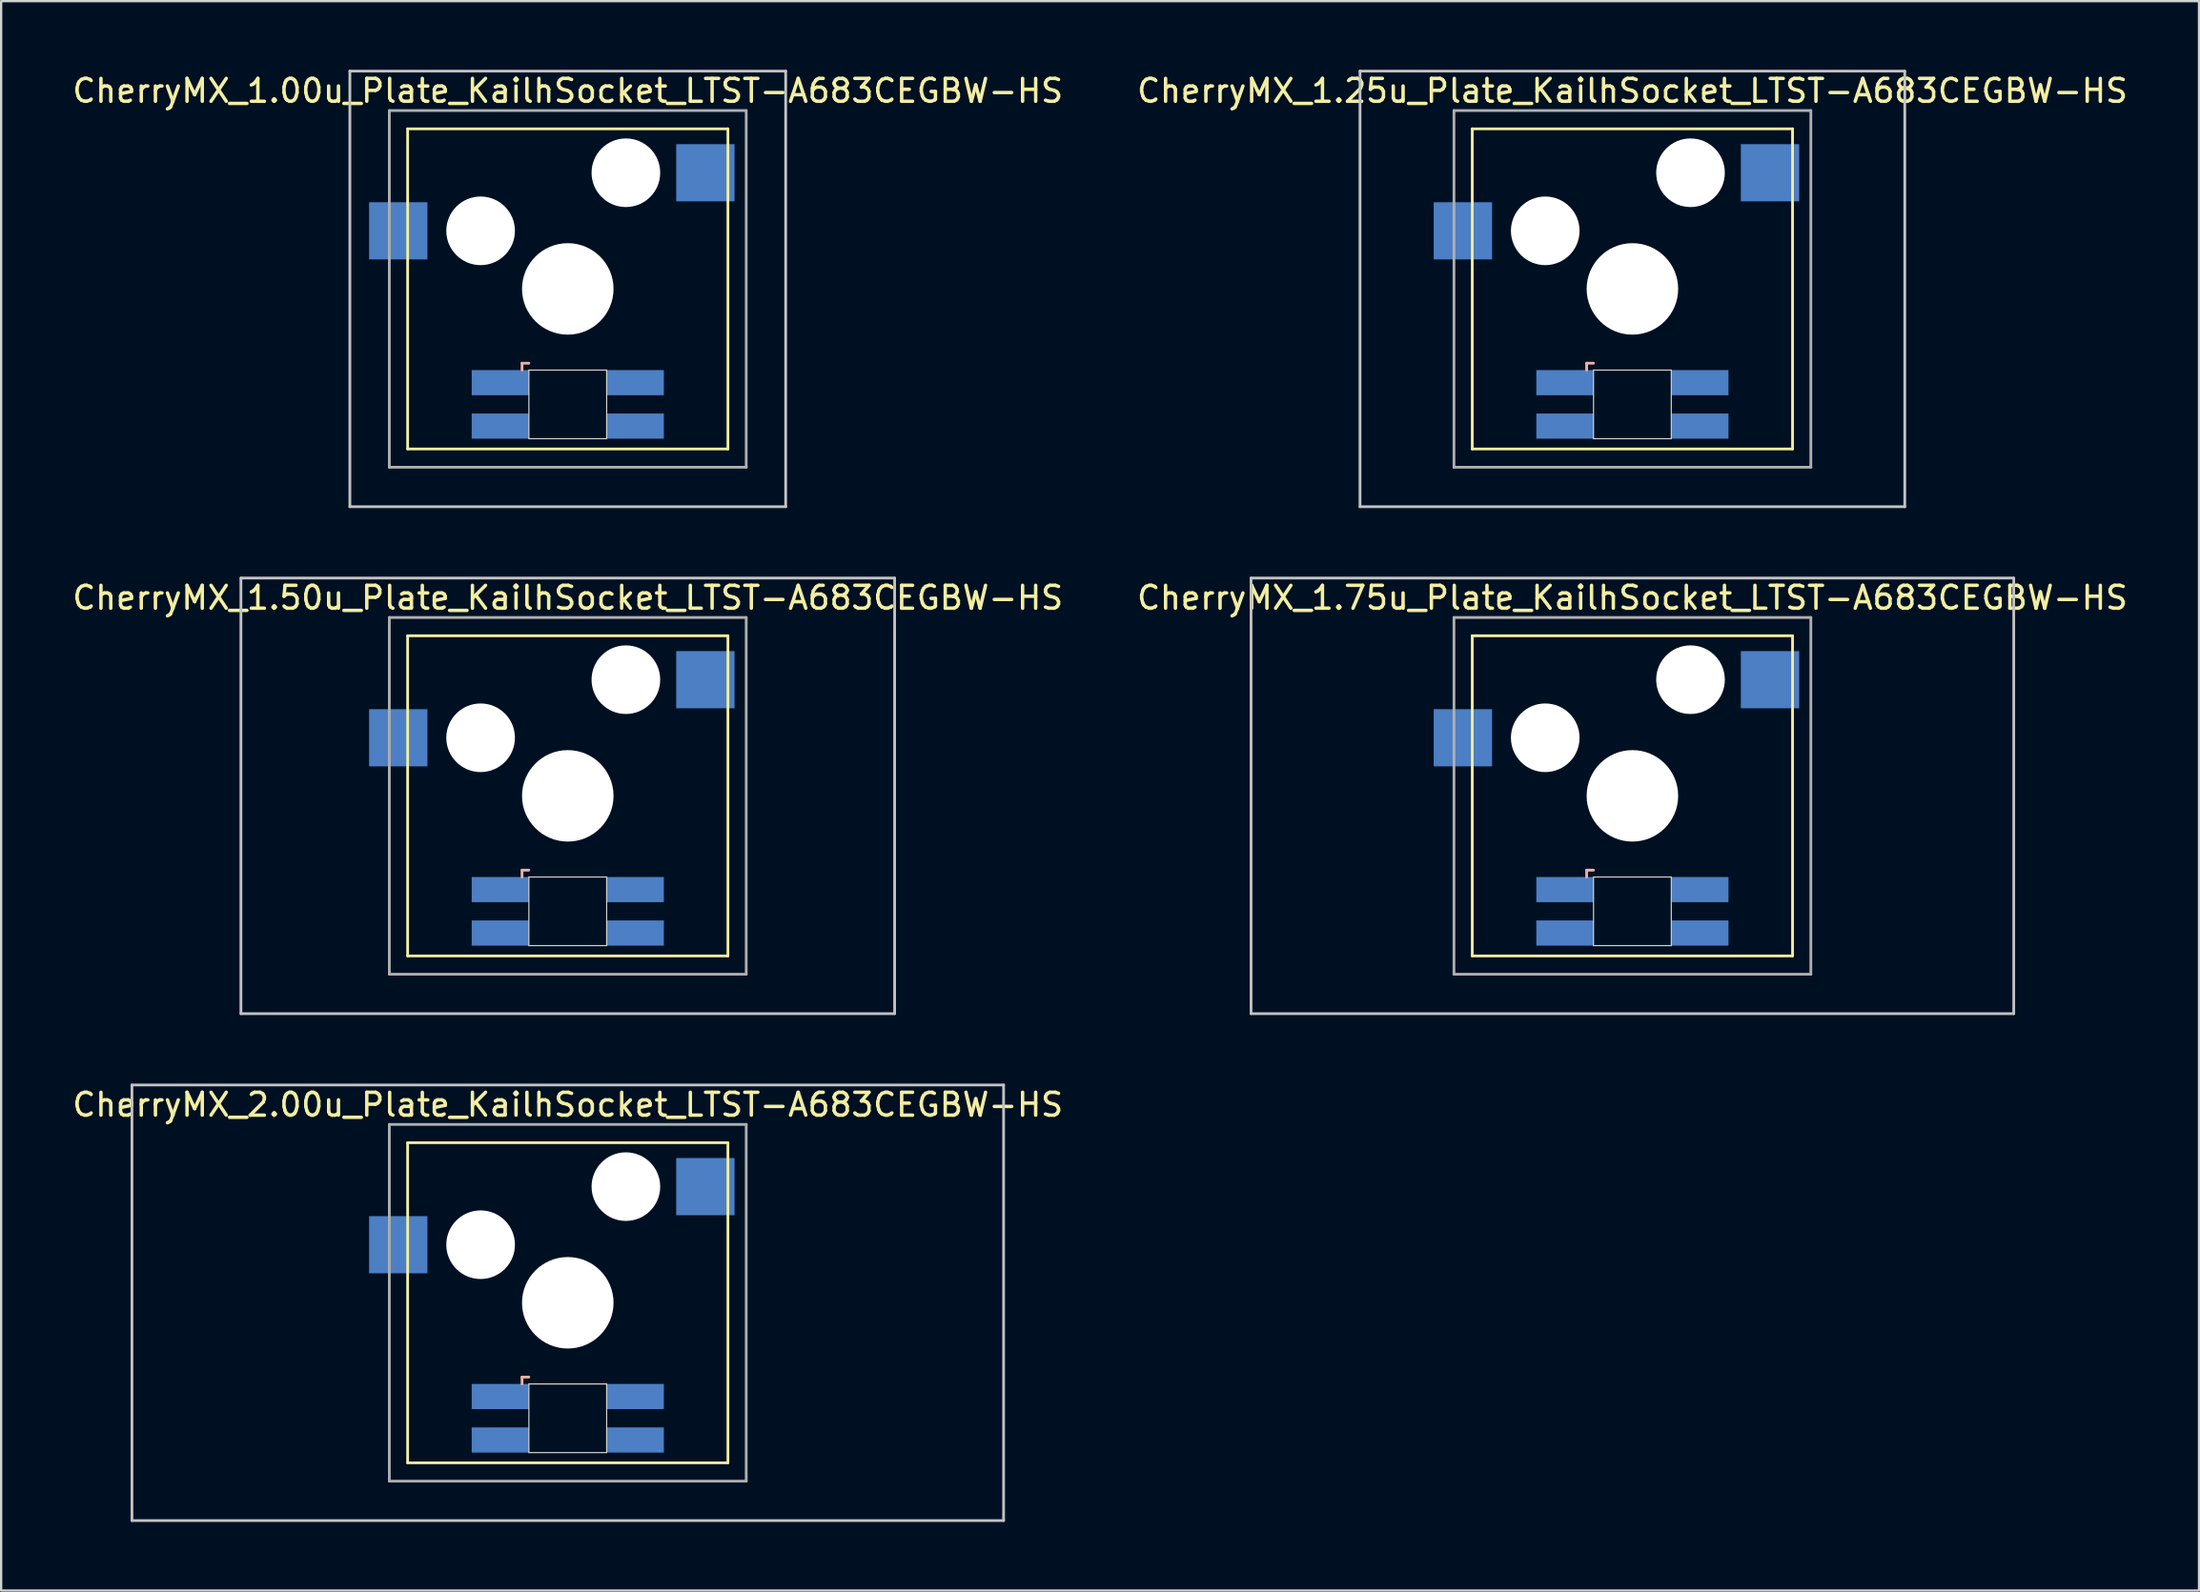
<source format=kicad_pcb>
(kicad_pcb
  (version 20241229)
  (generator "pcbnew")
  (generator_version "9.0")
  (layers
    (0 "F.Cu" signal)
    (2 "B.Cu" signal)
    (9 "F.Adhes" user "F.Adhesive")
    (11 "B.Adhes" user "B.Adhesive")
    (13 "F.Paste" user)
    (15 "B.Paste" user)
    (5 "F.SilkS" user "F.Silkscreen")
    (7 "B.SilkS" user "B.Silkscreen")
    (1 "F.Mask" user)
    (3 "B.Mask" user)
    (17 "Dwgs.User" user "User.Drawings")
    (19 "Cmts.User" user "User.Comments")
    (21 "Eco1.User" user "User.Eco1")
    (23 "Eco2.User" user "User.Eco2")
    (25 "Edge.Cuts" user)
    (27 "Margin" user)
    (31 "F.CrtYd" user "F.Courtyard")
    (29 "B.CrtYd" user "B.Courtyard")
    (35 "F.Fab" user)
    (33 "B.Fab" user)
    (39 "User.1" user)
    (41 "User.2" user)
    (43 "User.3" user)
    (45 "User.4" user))
  (footprint "CherryMX_2.00u_Plate_KailhSocket_LTST-A683CEGBW-HS"
    (layer "F.Cu")
    (at 21.768 53.925)
    (property "Reference" "CherryMX_2.00u_Plate_KailhSocket_LTST-A683CEGBW-HS" (at 0 -8.662 0) (layer "F.SilkS") (effects (font (size 1 1) (thickness 0.15))))
    (attr through_hole)
    (fp_line (start -7 -7) (end -7 7) (stroke (width 0.12) (type solid)) (layer "F.SilkS"))
    (fp_line (start -7 -7) (end 7 -7) (stroke (width 0.12) (type solid)) (layer "F.SilkS"))
    (fp_line (start 7 -7) (end 7 7) (stroke (width 0.12) (type solid)) (layer "F.SilkS"))
    (fp_line (start 7 7) (end -7 7) (stroke (width 0.12) (type solid)) (layer "F.SilkS"))
    (fp_line (start -2 3.25) (end -2 3.55) (stroke (width 0.12) (type solid)) (layer "B.SilkS"))
    (fp_line (start -1.7 3.25) (end -2 3.25) (stroke (width 0.12) (type solid)) (layer "B.SilkS"))
    (fp_line (start -19.05 -9.525) (end 19.05 -9.525) (stroke (width 0.12) (type solid)) (layer "Dwgs.User"))
    (fp_line (start -19.05 9.525) (end -19.05 -9.525) (stroke (width 0.12) (type solid)) (layer "Dwgs.User"))
    (fp_line (start 19.05 -9.525) (end 19.05 9.525) (stroke (width 0.12) (type solid)) (layer "Dwgs.User"))
    (fp_line (start 19.05 9.525) (end -19.05 9.525) (stroke (width 0.12) (type solid)) (layer "Dwgs.User"))
    (fp_line (start -1.7 3.55) (end 1.7 3.55) (stroke (width 0.05) (type solid)) (layer "Edge.Cuts"))
    (fp_line (start -1.7 6.55) (end -1.7 3.55) (stroke (width 0.05) (type solid)) (layer "Edge.Cuts"))
    (fp_line (start 1.7 3.55) (end 1.7 6.55) (stroke (width 0.05) (type solid)) (layer "Edge.Cuts"))
    (fp_line (start 1.7 6.55) (end -1.7 6.55) (stroke (width 0.05) (type solid)) (layer "Edge.Cuts"))
    (fp_line (start -7.8 -7.8) (end -7.8 7.8) (stroke (width 0.12) (type solid)) (layer "F.Fab"))
    (fp_line (start -7.8 -7.8) (end 7.8 -7.8) (stroke (width 0.12) (type solid)) (layer "F.Fab"))
    (fp_line (start -7.8 7.8) (end 7.8 7.8) (stroke (width 0.12) (type solid)) (layer "F.Fab"))
    (fp_line (start 7.8 -7.8) (end 7.8 7.8) (stroke (width 0.12) (type solid)) (layer "F.Fab"))
    (pad "" np_thru_hole circle (at -3.81 -2.54) (size 3 3) (drill 3) (layers "*.Cu" "*.Mask"))
    (pad "" np_thru_hole circle (at 0 0) (size 4 4) (drill 4) (layers "*.Cu" "*.Mask"))
    (pad "" np_thru_hole circle (at 2.54 -5.08) (size 3 3) (drill 3) (layers "*.Cu" "*.Mask"))
    (pad "1" smd rect (at -7.41 -2.54) (size 2.55 2.5) (layers "B.Cu" "B.Mask" "B.Paste"))
    (pad "2" smd rect (at 6.015 -5.08) (size 2.55 2.5) (layers "B.Cu" "B.Mask" "B.Paste"))
    (pad "3" smd rect (at -2.95 4.1) (size 2.5 1.1) (layers "B.Cu" "B.Mask" "B.Paste"))
    (pad "4" smd rect (at -2.95 6) (size 2.5 1.1) (layers "B.Cu" "B.Mask" "B.Paste"))
    (pad "5" smd rect (at 2.95 4.1) (size 2.5 1.1) (layers "B.Cu" "B.Mask" "B.Paste"))
    (pad "6" smd rect (at 2.95 6) (size 2.5 1.1) (layers "B.Cu" "B.Mask" "B.Paste")))
  (footprint "CherryMX_1.25u_Plate_KailhSocket_LTST-A683CEGBW-HS"
    (layer "F.Cu")
    (at 68.304 9.585)
    (property "Reference" "CherryMX_1.25u_Plate_KailhSocket_LTST-A683CEGBW-HS" (at 0 -8.662 0) (layer "F.SilkS") (effects (font (size 1 1) (thickness 0.15))))
    (attr through_hole)
    (fp_line (start -7 -7) (end -7 7) (stroke (width 0.12) (type solid)) (layer "F.SilkS"))
    (fp_line (start -7 -7) (end 7 -7) (stroke (width 0.12) (type solid)) (layer "F.SilkS"))
    (fp_line (start 7 -7) (end 7 7) (stroke (width 0.12) (type solid)) (layer "F.SilkS"))
    (fp_line (start 7 7) (end -7 7) (stroke (width 0.12) (type solid)) (layer "F.SilkS"))
    (fp_line (start -2 3.25) (end -2 3.55) (stroke (width 0.12) (type solid)) (layer "B.SilkS"))
    (fp_line (start -1.7 3.25) (end -2 3.25) (stroke (width 0.12) (type solid)) (layer "B.SilkS"))
    (fp_line (start -11.906 -9.525) (end 11.906 -9.525) (stroke (width 0.12) (type solid)) (layer "Dwgs.User"))
    (fp_line (start -11.906 9.525) (end -11.906 -9.525) (stroke (width 0.12) (type solid)) (layer "Dwgs.User"))
    (fp_line (start 11.906 -9.525) (end 11.906 9.525) (stroke (width 0.12) (type solid)) (layer "Dwgs.User"))
    (fp_line (start 11.906 9.525) (end -11.906 9.525) (stroke (width 0.12) (type solid)) (layer "Dwgs.User"))
    (fp_line (start -1.7 3.55) (end 1.7 3.55) (stroke (width 0.05) (type solid)) (layer "Edge.Cuts"))
    (fp_line (start -1.7 6.55) (end -1.7 3.55) (stroke (width 0.05) (type solid)) (layer "Edge.Cuts"))
    (fp_line (start 1.7 3.55) (end 1.7 6.55) (stroke (width 0.05) (type solid)) (layer "Edge.Cuts"))
    (fp_line (start 1.7 6.55) (end -1.7 6.55) (stroke (width 0.05) (type solid)) (layer "Edge.Cuts"))
    (fp_line (start -7.8 -7.8) (end -7.8 7.8) (stroke (width 0.12) (type solid)) (layer "F.Fab"))
    (fp_line (start -7.8 -7.8) (end 7.8 -7.8) (stroke (width 0.12) (type solid)) (layer "F.Fab"))
    (fp_line (start -7.8 7.8) (end 7.8 7.8) (stroke (width 0.12) (type solid)) (layer "F.Fab"))
    (fp_line (start 7.8 -7.8) (end 7.8 7.8) (stroke (width 0.12) (type solid)) (layer "F.Fab"))
    (pad "" np_thru_hole circle (at -3.81 -2.54) (size 3 3) (drill 3) (layers "*.Cu" "*.Mask"))
    (pad "" np_thru_hole circle (at 0 0) (size 4 4) (drill 4) (layers "*.Cu" "*.Mask"))
    (pad "" np_thru_hole circle (at 2.54 -5.08) (size 3 3) (drill 3) (layers "*.Cu" "*.Mask"))
    (pad "1" smd rect (at -7.41 -2.54) (size 2.55 2.5) (layers "B.Cu" "B.Mask" "B.Paste"))
    (pad "2" smd rect (at 6.015 -5.08) (size 2.55 2.5) (layers "B.Cu" "B.Mask" "B.Paste"))
    (pad "3" smd rect (at -2.95 4.1) (size 2.5 1.1) (layers "B.Cu" "B.Mask" "B.Paste"))
    (pad "4" smd rect (at -2.95 6) (size 2.5 1.1) (layers "B.Cu" "B.Mask" "B.Paste"))
    (pad "5" smd rect (at 2.95 4.1) (size 2.5 1.1) (layers "B.Cu" "B.Mask" "B.Paste"))
    (pad "6" smd rect (at 2.95 6) (size 2.5 1.1) (layers "B.Cu" "B.Mask" "B.Paste")))
  (footprint "CherryMX_1.50u_Plate_KailhSocket_LTST-A683CEGBW-HS"
    (layer "F.Cu")
    (at 21.768 31.755)
    (property "Reference" "CherryMX_1.50u_Plate_KailhSocket_LTST-A683CEGBW-HS" (at 0 -8.662 0) (layer "F.SilkS") (effects (font (size 1 1) (thickness 0.15))))
    (attr through_hole)
    (fp_line (start -7 -7) (end -7 7) (stroke (width 0.12) (type solid)) (layer "F.SilkS"))
    (fp_line (start -7 -7) (end 7 -7) (stroke (width 0.12) (type solid)) (layer "F.SilkS"))
    (fp_line (start 7 -7) (end 7 7) (stroke (width 0.12) (type solid)) (layer "F.SilkS"))
    (fp_line (start 7 7) (end -7 7) (stroke (width 0.12) (type solid)) (layer "F.SilkS"))
    (fp_line (start -2 3.25) (end -2 3.55) (stroke (width 0.12) (type solid)) (layer "B.SilkS"))
    (fp_line (start -1.7 3.25) (end -2 3.25) (stroke (width 0.12) (type solid)) (layer "B.SilkS"))
    (fp_line (start -14.287 -9.525) (end 14.287 -9.525) (stroke (width 0.12) (type solid)) (layer "Dwgs.User"))
    (fp_line (start -14.287 9.525) (end -14.287 -9.525) (stroke (width 0.12) (type solid)) (layer "Dwgs.User"))
    (fp_line (start 14.287 -9.525) (end 14.287 9.525) (stroke (width 0.12) (type solid)) (layer "Dwgs.User"))
    (fp_line (start 14.287 9.525) (end -14.287 9.525) (stroke (width 0.12) (type solid)) (layer "Dwgs.User"))
    (fp_line (start -1.7 3.55) (end 1.7 3.55) (stroke (width 0.05) (type solid)) (layer "Edge.Cuts"))
    (fp_line (start -1.7 6.55) (end -1.7 3.55) (stroke (width 0.05) (type solid)) (layer "Edge.Cuts"))
    (fp_line (start 1.7 3.55) (end 1.7 6.55) (stroke (width 0.05) (type solid)) (layer "Edge.Cuts"))
    (fp_line (start 1.7 6.55) (end -1.7 6.55) (stroke (width 0.05) (type solid)) (layer "Edge.Cuts"))
    (fp_line (start -7.8 -7.8) (end -7.8 7.8) (stroke (width 0.12) (type solid)) (layer "F.Fab"))
    (fp_line (start -7.8 -7.8) (end 7.8 -7.8) (stroke (width 0.12) (type solid)) (layer "F.Fab"))
    (fp_line (start -7.8 7.8) (end 7.8 7.8) (stroke (width 0.12) (type solid)) (layer "F.Fab"))
    (fp_line (start 7.8 -7.8) (end 7.8 7.8) (stroke (width 0.12) (type solid)) (layer "F.Fab"))
    (pad "" np_thru_hole circle (at -3.81 -2.54) (size 3 3) (drill 3) (layers "*.Cu" "*.Mask"))
    (pad "" np_thru_hole circle (at 0 0) (size 4 4) (drill 4) (layers "*.Cu" "*.Mask"))
    (pad "" np_thru_hole circle (at 2.54 -5.08) (size 3 3) (drill 3) (layers "*.Cu" "*.Mask"))
    (pad "1" smd rect (at -7.41 -2.54) (size 2.55 2.5) (layers "B.Cu" "B.Mask" "B.Paste"))
    (pad "2" smd rect (at 6.015 -5.08) (size 2.55 2.5) (layers "B.Cu" "B.Mask" "B.Paste"))
    (pad "3" smd rect (at -2.95 4.1) (size 2.5 1.1) (layers "B.Cu" "B.Mask" "B.Paste"))
    (pad "4" smd rect (at -2.95 6) (size 2.5 1.1) (layers "B.Cu" "B.Mask" "B.Paste"))
    (pad "5" smd rect (at 2.95 4.1) (size 2.5 1.1) (layers "B.Cu" "B.Mask" "B.Paste"))
    (pad "6" smd rect (at 2.95 6) (size 2.5 1.1) (layers "B.Cu" "B.Mask" "B.Paste")))
  (footprint "CherryMX_1.00u_Plate_KailhSocket_LTST-A683CEGBW-HS"
    (layer "F.Cu")
    (at 21.768 9.585)
    (property "Reference" "CherryMX_1.00u_Plate_KailhSocket_LTST-A683CEGBW-HS" (at 0 -8.662 0) (layer "F.SilkS") (effects (font (size 1 1) (thickness 0.15))))
    (attr through_hole)
    (fp_line (start -7 -7) (end -7 7) (stroke (width 0.12) (type solid)) (layer "F.SilkS"))
    (fp_line (start -7 -7) (end 7 -7) (stroke (width 0.12) (type solid)) (layer "F.SilkS"))
    (fp_line (start 7 -7) (end 7 7) (stroke (width 0.12) (type solid)) (layer "F.SilkS"))
    (fp_line (start 7 7) (end -7 7) (stroke (width 0.12) (type solid)) (layer "F.SilkS"))
    (fp_line (start -2 3.25) (end -2 3.55) (stroke (width 0.12) (type solid)) (layer "B.SilkS"))
    (fp_line (start -1.7 3.25) (end -2 3.25) (stroke (width 0.12) (type solid)) (layer "B.SilkS"))
    (fp_line (start -9.525 -9.525) (end 9.525 -9.525) (stroke (width 0.12) (type solid)) (layer "Dwgs.User"))
    (fp_line (start -9.525 9.525) (end -9.525 -9.525) (stroke (width 0.12) (type solid)) (layer "Dwgs.User"))
    (fp_line (start 9.525 -9.525) (end 9.525 9.525) (stroke (width 0.12) (type solid)) (layer "Dwgs.User"))
    (fp_line (start 9.525 9.525) (end -9.525 9.525) (stroke (width 0.12) (type solid)) (layer "Dwgs.User"))
    (fp_line (start -1.7 3.55) (end 1.7 3.55) (stroke (width 0.05) (type solid)) (layer "Edge.Cuts"))
    (fp_line (start -1.7 6.55) (end -1.7 3.55) (stroke (width 0.05) (type solid)) (layer "Edge.Cuts"))
    (fp_line (start 1.7 3.55) (end 1.7 6.55) (stroke (width 0.05) (type solid)) (layer "Edge.Cuts"))
    (fp_line (start 1.7 6.55) (end -1.7 6.55) (stroke (width 0.05) (type solid)) (layer "Edge.Cuts"))
    (fp_line (start -7.8 -7.8) (end -7.8 7.8) (stroke (width 0.12) (type solid)) (layer "F.Fab"))
    (fp_line (start -7.8 -7.8) (end 7.8 -7.8) (stroke (width 0.12) (type solid)) (layer "F.Fab"))
    (fp_line (start -7.8 7.8) (end 7.8 7.8) (stroke (width 0.12) (type solid)) (layer "F.Fab"))
    (fp_line (start 7.8 -7.8) (end 7.8 7.8) (stroke (width 0.12) (type solid)) (layer "F.Fab"))
    (pad "" np_thru_hole circle (at -3.81 -2.54) (size 3 3) (drill 3) (layers "*.Cu" "*.Mask"))
    (pad "" np_thru_hole circle (at 0 0) (size 4 4) (drill 4) (layers "*.Cu" "*.Mask"))
    (pad "" np_thru_hole circle (at 2.54 -5.08) (size 3 3) (drill 3) (layers "*.Cu" "*.Mask"))
    (pad "1" smd rect (at -7.41 -2.54) (size 2.55 2.5) (layers "B.Cu" "B.Mask" "B.Paste"))
    (pad "2" smd rect (at 6.015 -5.08) (size 2.55 2.5) (layers "B.Cu" "B.Mask" "B.Paste"))
    (pad "3" smd rect (at -2.95 4.1) (size 2.5 1.1) (layers "B.Cu" "B.Mask" "B.Paste"))
    (pad "4" smd rect (at -2.95 6) (size 2.5 1.1) (layers "B.Cu" "B.Mask" "B.Paste"))
    (pad "5" smd rect (at 2.95 4.1) (size 2.5 1.1) (layers "B.Cu" "B.Mask" "B.Paste"))
    (pad "6" smd rect (at 2.95 6) (size 2.5 1.1) (layers "B.Cu" "B.Mask" "B.Paste")))
  (footprint "CherryMX_1.75u_Plate_KailhSocket_LTST-A683CEGBW-HS"
    (layer "F.Cu")
    (at 68.304 31.755)
    (property "Reference" "CherryMX_1.75u_Plate_KailhSocket_LTST-A683CEGBW-HS" (at 0 -8.662 0) (layer "F.SilkS") (effects (font (size 1 1) (thickness 0.15))))
    (attr through_hole)
    (fp_line (start -7 -7) (end -7 7) (stroke (width 0.12) (type solid)) (layer "F.SilkS"))
    (fp_line (start -7 -7) (end 7 -7) (stroke (width 0.12) (type solid)) (layer "F.SilkS"))
    (fp_line (start 7 -7) (end 7 7) (stroke (width 0.12) (type solid)) (layer "F.SilkS"))
    (fp_line (start 7 7) (end -7 7) (stroke (width 0.12) (type solid)) (layer "F.SilkS"))
    (fp_line (start -2 3.25) (end -2 3.55) (stroke (width 0.12) (type solid)) (layer "B.SilkS"))
    (fp_line (start -1.7 3.25) (end -2 3.25) (stroke (width 0.12) (type solid)) (layer "B.SilkS"))
    (fp_line (start -16.669 -9.525) (end 16.669 -9.525) (stroke (width 0.12) (type solid)) (layer "Dwgs.User"))
    (fp_line (start -16.669 9.525) (end -16.669 -9.525) (stroke (width 0.12) (type solid)) (layer "Dwgs.User"))
    (fp_line (start 16.669 -9.525) (end 16.669 9.525) (stroke (width 0.12) (type solid)) (layer "Dwgs.User"))
    (fp_line (start 16.669 9.525) (end -16.669 9.525) (stroke (width 0.12) (type solid)) (layer "Dwgs.User"))
    (fp_line (start -1.7 3.55) (end 1.7 3.55) (stroke (width 0.05) (type solid)) (layer "Edge.Cuts"))
    (fp_line (start -1.7 6.55) (end -1.7 3.55) (stroke (width 0.05) (type solid)) (layer "Edge.Cuts"))
    (fp_line (start 1.7 3.55) (end 1.7 6.55) (stroke (width 0.05) (type solid)) (layer "Edge.Cuts"))
    (fp_line (start 1.7 6.55) (end -1.7 6.55) (stroke (width 0.05) (type solid)) (layer "Edge.Cuts"))
    (fp_line (start -7.8 -7.8) (end -7.8 7.8) (stroke (width 0.12) (type solid)) (layer "F.Fab"))
    (fp_line (start -7.8 -7.8) (end 7.8 -7.8) (stroke (width 0.12) (type solid)) (layer "F.Fab"))
    (fp_line (start -7.8 7.8) (end 7.8 7.8) (stroke (width 0.12) (type solid)) (layer "F.Fab"))
    (fp_line (start 7.8 -7.8) (end 7.8 7.8) (stroke (width 0.12) (type solid)) (layer "F.Fab"))
    (pad "" np_thru_hole circle (at -3.81 -2.54) (size 3 3) (drill 3) (layers "*.Cu" "*.Mask"))
    (pad "" np_thru_hole circle (at 0 0) (size 4 4) (drill 4) (layers "*.Cu" "*.Mask"))
    (pad "" np_thru_hole circle (at 2.54 -5.08) (size 3 3) (drill 3) (layers "*.Cu" "*.Mask"))
    (pad "1" smd rect (at -7.41 -2.54) (size 2.55 2.5) (layers "B.Cu" "B.Mask" "B.Paste"))
    (pad "2" smd rect (at 6.015 -5.08) (size 2.55 2.5) (layers "B.Cu" "B.Mask" "B.Paste"))
    (pad "3" smd rect (at -2.95 4.1) (size 2.5 1.1) (layers "B.Cu" "B.Mask" "B.Paste"))
    (pad "4" smd rect (at -2.95 6) (size 2.5 1.1) (layers "B.Cu" "B.Mask" "B.Paste"))
    (pad "5" smd rect (at 2.95 4.1) (size 2.5 1.1) (layers "B.Cu" "B.Mask" "B.Paste"))
    (pad "6" smd rect (at 2.95 6) (size 2.5 1.1) (layers "B.Cu" "B.Mask" "B.Paste")))
  (gr_rect
    (start -3 -3)
    (end 93.071 66.51)
    (stroke (width 0.1) (type default))
    (fill no)
    (layer "Edge.Cuts")))
</source>
